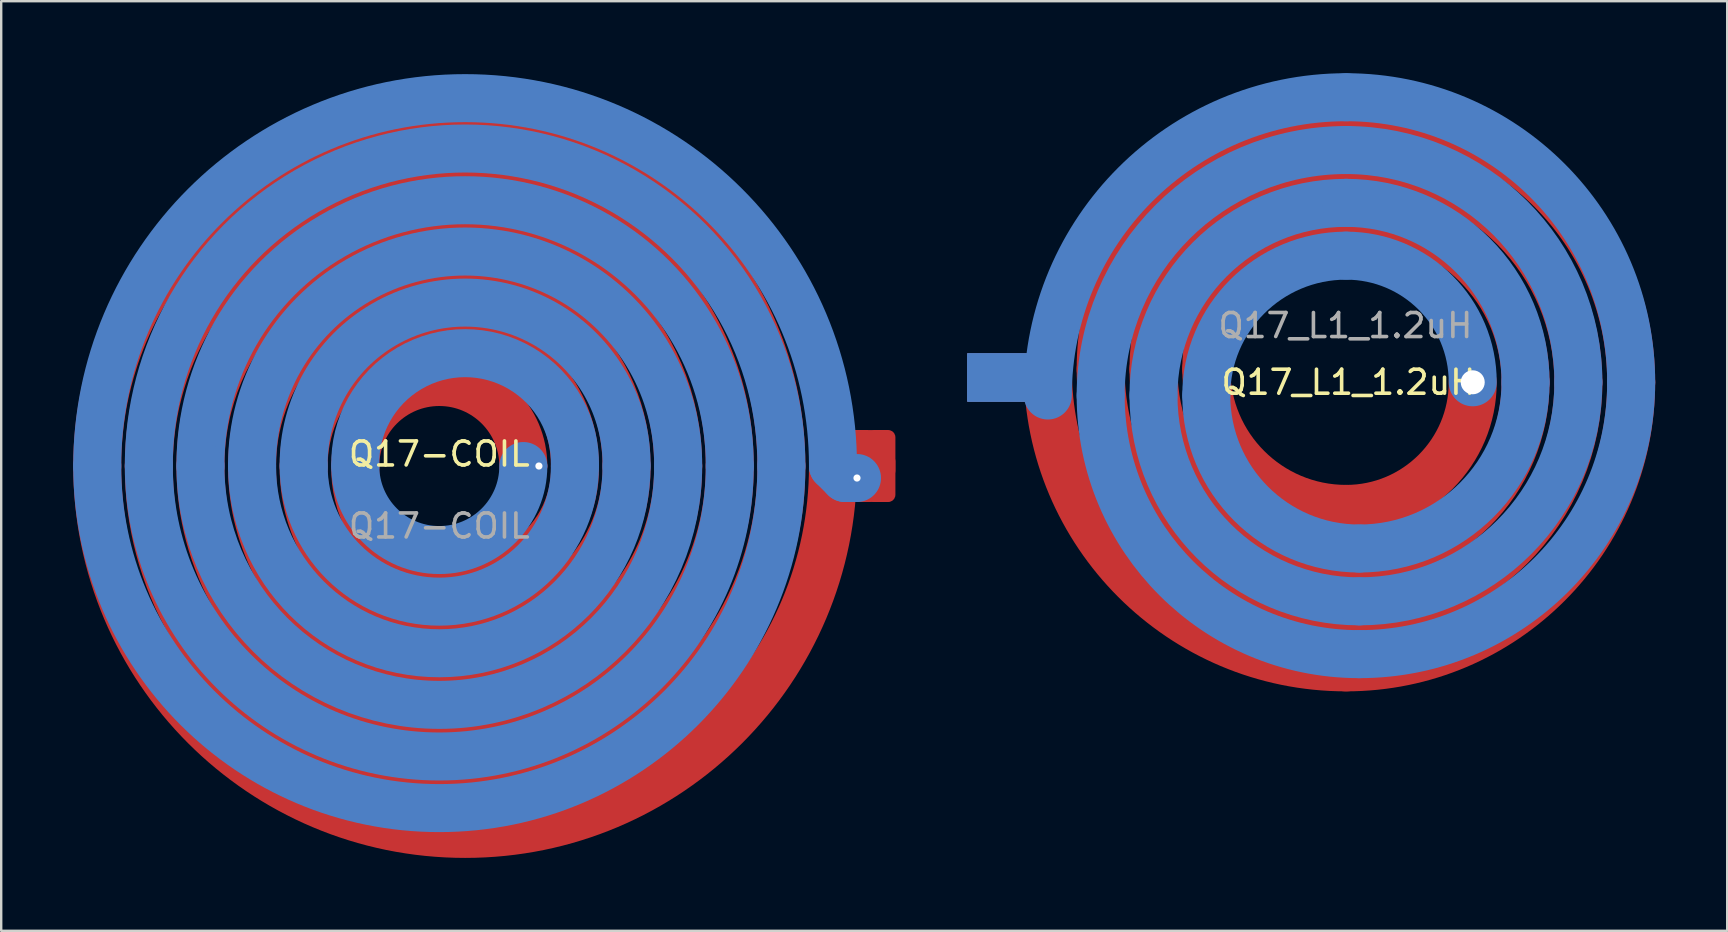
<source format=kicad_pcb>
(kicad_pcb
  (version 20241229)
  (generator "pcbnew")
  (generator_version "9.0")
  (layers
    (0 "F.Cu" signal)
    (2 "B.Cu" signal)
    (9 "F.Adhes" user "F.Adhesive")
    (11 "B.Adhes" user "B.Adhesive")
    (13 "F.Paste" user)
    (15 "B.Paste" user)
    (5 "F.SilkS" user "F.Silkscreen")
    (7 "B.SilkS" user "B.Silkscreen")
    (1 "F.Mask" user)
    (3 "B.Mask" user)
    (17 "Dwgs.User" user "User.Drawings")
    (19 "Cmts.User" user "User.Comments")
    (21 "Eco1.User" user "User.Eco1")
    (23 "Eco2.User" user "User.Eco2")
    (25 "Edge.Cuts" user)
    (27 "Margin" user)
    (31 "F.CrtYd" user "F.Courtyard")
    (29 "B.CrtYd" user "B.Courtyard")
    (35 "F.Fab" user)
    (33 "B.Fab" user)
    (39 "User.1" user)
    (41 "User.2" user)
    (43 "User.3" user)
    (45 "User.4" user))
  (footprint "Q17-COIL"
    (layer "F.Cu")
    (at 15.25 16.363)
    (property "Reference" "Q17-COIL" (at 0 -0.5 0) (unlocked yes) (layer "F.SilkS") (effects (font (size 1 1) (thickness 0.15))))
    (attr smd)
    (fp_line (start 16.4 0) (end 16.9 -0.5) (stroke (width 2) (type solid)) (layer "F.Cu"))
    (fp_line (start 16.9 -0.5) (end 17.9 -0.5) (stroke (width 2) (type solid)) (layer "F.Cu"))
    (fp_line (start 17.4 0.5) (end 17.9 0.5) (stroke (width 2) (type solid)) (layer "F.Cu"))
    (fp_arc (start -14.25 0) (mid 0 -14.25) (end 14.25 0) (stroke (width 2) (type solid)) (layer "F.Cu"))
    (fp_arc (start -12.1 0) (mid 0 -12.1) (end 12.1 0) (stroke (width 2) (type solid)) (layer "F.Cu"))
    (fp_arc (start -9.95 0) (mid 0 -9.95) (end 9.95 0) (stroke (width 2) (type solid)) (layer "F.Cu"))
    (fp_arc (start -7.8 0) (mid 0 -7.8) (end 7.8 0) (stroke (width 2) (type solid)) (layer "F.Cu"))
    (fp_arc (start -5.65 0) (mid 0 -5.65) (end 5.65 0) (stroke (width 2) (type solid)) (layer "F.Cu"))
    (fp_arc (start -3.5 0) (mid 0 -3.5) (end 3.5 0) (stroke (width 2) (type solid)) (layer "F.Cu"))
    (fp_arc (start 5.65 0) (mid 0 4.575) (end -3.5 0) (stroke (width 2) (type solid)) (layer "F.Cu"))
    (fp_arc (start 7.8 0) (mid 0 6.725) (end -5.65 0) (stroke (width 2) (type solid)) (layer "F.Cu"))
    (fp_arc (start 9.95 0) (mid 0 8.875) (end -7.8 0) (stroke (width 2) (type solid)) (layer "F.Cu"))
    (fp_arc (start 12.1 0) (mid 0 11.025) (end -9.95 0) (stroke (width 2) (type solid)) (layer "F.Cu"))
    (fp_arc (start 14.25 0) (mid 0 13.175) (end -12.1 0) (stroke (width 2) (type solid)) (layer "F.Cu"))
    (fp_arc (start 16.4 0) (mid 0 15.325) (end -14.25 0) (stroke (width 2) (type solid)) (layer "F.Cu"))
    (fp_line (start 16.4 0) (end 16.9 0.5) (stroke (width 2) (type solid)) (layer "B.Cu"))
    (fp_line (start 16.9 0.5) (end 17.4 0.5) (stroke (width 2) (type solid)) (layer "B.Cu"))
    (fp_arc (start -14.25 0) (mid 0 -15.325) (end 16.4 0) (stroke (width 2) (type solid)) (layer "B.Cu"))
    (fp_arc (start -12.1 0) (mid 0 -13.175) (end 14.25 0) (stroke (width 2) (type solid)) (layer "B.Cu"))
    (fp_arc (start -9.95 0) (mid 0 -11.025) (end 12.1 0) (stroke (width 2) (type solid)) (layer "B.Cu"))
    (fp_arc (start -7.8 0) (mid 0 -8.875) (end 9.95 0) (stroke (width 2) (type solid)) (layer "B.Cu"))
    (fp_arc (start -5.65 0) (mid 0 -6.725) (end 7.8 0) (stroke (width 2) (type solid)) (layer "B.Cu"))
    (fp_arc (start -3.5 0) (mid 0 -4.575) (end 5.65 0) (stroke (width 2) (type solid)) (layer "B.Cu"))
    (fp_arc (start 3.5 0) (mid 0 3.5) (end -3.5 0) (stroke (width 2) (type solid)) (layer "B.Cu"))
    (fp_arc (start 5.65 0) (mid 0 5.65) (end -5.65 0) (stroke (width 2) (type solid)) (layer "B.Cu"))
    (fp_arc (start 7.8 0) (mid 0 7.8) (end -7.8 0) (stroke (width 2) (type solid)) (layer "B.Cu"))
    (fp_arc (start 9.95 0) (mid 0 9.95) (end -9.95 0) (stroke (width 2) (type solid)) (layer "B.Cu"))
    (fp_arc (start 12.1 0) (mid 0 12.1) (end -12.1 0) (stroke (width 2) (type solid)) (layer "B.Cu"))
    (fp_arc (start 14.25 0) (mid 0 14.25) (end -14.25 0) (stroke (width 2) (type solid)) (layer "B.Cu"))
    (fp_text user "${REFERENCE}" (at 0 2.5 0) (unlocked yes) (layer "F.Fab") (effects (font (size 1 1) (thickness 0.15))))
    (pad "" thru_hole circle (at 4.15 0) (size 0.7 0.7) (drill 0.3) (layers "*.Cu" "*.Mask"))
    (pad "" thru_hole circle (at 17.4 0.5) (size 0.7 0.7) (drill 0.3) (layers "*.Cu" "*.Mask"))
    (pad "1" smd roundrect (at 18.4 -0.5) (size 1.2 2) (layers "F.Cu") (roundrect_rratio 0.25))
    (pad "2" smd roundrect (at 18.4 0.5) (size 1.2 2) (layers "F.Cu") (roundrect_rratio 0.25)))
  (footprint "Q17_L1_1.2uH"
    (layer "F.Cu")
    (at 51.575 12.875)
    (property "Reference" "Q17_L1_1.2uH" (at 1.549 0 0) (unlocked yes) (layer "F.SilkS") (effects (font (size 1 1) (thickness 0.15))))
    (attr through_hole)
    (fp_arc (start -8.775 -0.55) (mid -5.619076 -8.169076) (end 2 -11.325) (stroke (width 2) (type solid)) (layer "F.Cu"))
    (fp_arc (start -6.575 -0.55) (mid -4.063441 -6.613441) (end 2 -9.125) (stroke (width 2) (type solid)) (layer "F.Cu"))
    (fp_arc (start -4.375 -0.55) (mid -2.507806 -5.057806) (end 2 -6.925) (stroke (width 2) (type solid)) (layer "F.Cu"))
    (fp_arc (start 1.45 5.275) (mid -2.668897 3.568897) (end -4.375 -0.55) (stroke (width 2) (type solid)) (layer "F.Cu"))
    (fp_arc (start 1.45 7.475) (mid -4.224532 5.124532) (end -6.575 -0.55) (stroke (width 2) (type solid)) (layer "F.Cu"))
    (fp_arc (start 1.45 9.675) (mid -5.780167 6.680167) (end -8.775 -0.55) (stroke (width 2) (type solid)) (layer "F.Cu"))
    (fp_arc (start 1.45 11.875) (mid -7.335802 8.235802) (end -10.975 -0.55) (stroke (width 2) (type solid)) (layer "F.Cu"))
    (fp_arc (start 2 -11.325) (mid 10.007984 -8.007984) (end 13.325 0) (stroke (width 2) (type solid)) (layer "F.Cu"))
    (fp_arc (start 2 -9.125) (mid 8.452349 -6.452349) (end 11.125 0) (stroke (width 2) (type solid)) (layer "F.Cu"))
    (fp_arc (start 2 -6.925) (mid 6.896714 -4.896714) (end 8.925 0) (stroke (width 2) (type solid)) (layer "F.Cu"))
    (fp_arc (start 6.725 0) (mid 5.179988 3.729988) (end 1.45 5.275) (stroke (width 2) (type solid)) (layer "F.Cu"))
    (fp_arc (start 8.925 0) (mid 6.735623 5.285623) (end 1.45 7.475) (stroke (width 2) (type solid)) (layer "F.Cu"))
    (fp_arc (start 11.125 0) (mid 8.291258 6.841258) (end 1.45 9.675) (stroke (width 2) (type solid)) (layer "F.Cu"))
    (fp_arc (start 13.325 0) (mid 9.846893 8.396893) (end 1.45 11.875) (stroke (width 2) (type solid)) (layer "F.Cu"))
    (fp_arc (start -8.775 -0.55) (mid -5.619076 -8.169075) (end 1.999999 -11.324999) (stroke (width 1.5) (type solid)) (layer "F.Mask"))
    (fp_arc (start -6.575 -0.55) (mid -4.063441 -6.61344) (end 1.999999 -9.124999) (stroke (width 1.5) (type solid)) (layer "F.Mask"))
    (fp_arc (start -4.375 -0.55) (mid -2.507806 -5.057804) (end 1.999998 -6.924998) (stroke (width 1.5) (type solid)) (layer "F.Mask"))
    (fp_arc (start 1.45 5.275) (mid -2.668896 3.568897) (end -4.374999 -0.549999) (stroke (width 1.5) (type solid)) (layer "F.Mask"))
    (fp_arc (start 1.45 7.475) (mid -4.224531 5.124532) (end -6.574999 -0.549999) (stroke (width 1.5) (type solid)) (layer "F.Mask"))
    (fp_arc (start 1.45 9.675) (mid -5.780165 6.680168) (end -8.774997 -0.549997) (stroke (width 1.5) (type solid)) (layer "F.Mask"))
    (fp_arc (start 1.45 11.875) (mid -7.3358 8.235802) (end -10.974998 -0.549998) (stroke (width 1.5) (type solid)) (layer "F.Mask"))
    (fp_arc (start 2 -11.325) (mid 10.007984 -8.007984) (end 13.325 0) (stroke (width 1.5) (type solid)) (layer "F.Mask"))
    (fp_arc (start 2 -9.125) (mid 8.452349 -6.45235) (end 11.124999 -0.000001) (stroke (width 1.5) (type solid)) (layer "F.Mask"))
    (fp_arc (start 2 -6.925) (mid 6.896714 -4.896715) (end 8.924999 -0.000001) (stroke (width 1.5) (type solid)) (layer "F.Mask"))
    (fp_arc (start 6.725 0) (mid 5.179988 3.729988) (end 1.45 5.275) (stroke (width 1.5) (type solid)) (layer "F.Mask"))
    (fp_arc (start 8.925 0) (mid 6.735624 5.285622) (end 1.450002 7.474998) (stroke (width 1.5) (type solid)) (layer "F.Mask"))
    (fp_arc (start 11.125 0) (mid 8.291259 6.841257) (end 1.450002 9.674998) (stroke (width 1.5) (type solid)) (layer "F.Mask"))
    (fp_arc (start 13.325 0) (mid 9.846893 8.396892) (end 1.450001 11.874999) (stroke (width 1.5) (type solid)) (layer "F.Mask"))
    (fp_arc (start -10.975 0.55) (mid -7.335802 -8.235802) (end 1.45 -11.875) (stroke (width 2) (type solid)) (layer "B.Cu"))
    (fp_arc (start -8.775 0.55) (mid -5.780167 -6.680167) (end 1.45 -9.675) (stroke (width 2) (type solid)) (layer "B.Cu"))
    (fp_arc (start -6.575 0.55) (mid -4.224532 -5.124532) (end 1.45 -7.475) (stroke (width 2) (type solid)) (layer "B.Cu"))
    (fp_arc (start -4.375 0.55) (mid -2.668897 -3.568897) (end 1.45 -5.275) (stroke (width 2) (type solid)) (layer "B.Cu"))
    (fp_arc (start 1.45 -11.875) (mid 9.846893 -8.396893) (end 13.325 0) (stroke (width 2) (type solid)) (layer "B.Cu"))
    (fp_arc (start 1.45 -9.675) (mid 8.291258 -6.841258) (end 11.125 0) (stroke (width 2) (type solid)) (layer "B.Cu"))
    (fp_arc (start 1.45 -7.475) (mid 6.735623 -5.285623) (end 8.925 0) (stroke (width 2) (type solid)) (layer "B.Cu"))
    (fp_arc (start 1.45 -5.275) (mid 5.179988 -3.729988) (end 6.725 0) (stroke (width 2) (type solid)) (layer "B.Cu"))
    (fp_arc (start 2 6.925) (mid -2.507806 5.057806) (end -4.375 0.55) (stroke (width 2) (type solid)) (layer "B.Cu"))
    (fp_arc (start 2 9.125) (mid -4.063441 6.613441) (end -6.575 0.55) (stroke (width 2) (type solid)) (layer "B.Cu"))
    (fp_arc (start 2 11.325) (mid -5.619076 8.169076) (end -8.775 0.55) (stroke (width 2) (type solid)) (layer "B.Cu"))
    (fp_arc (start 8.925 0) (mid 6.896714 4.896714) (end 2 6.925) (stroke (width 2) (type solid)) (layer "B.Cu"))
    (fp_arc (start 11.125 0) (mid 8.452349 6.452349) (end 2 9.125) (stroke (width 2) (type solid)) (layer "B.Cu"))
    (fp_arc (start 13.325 0) (mid 10.007984 8.007984) (end 2 11.325) (stroke (width 2) (type solid)) (layer "B.Cu"))
    (fp_arc (start -10.975002 0.549998) (mid -7.335802 -8.235803) (end 1.45 -11.875) (stroke (width 1.5) (type solid)) (layer "B.Mask"))
    (fp_arc (start -8.775003 0.549997) (mid -5.780168 -6.680169) (end 1.45 -9.675) (stroke (width 1.5) (type solid)) (layer "B.Mask"))
    (fp_arc (start -6.575001 0.549999) (mid -4.224532 -5.124533) (end 1.45 -7.475) (stroke (width 1.5) (type solid)) (layer "B.Mask"))
    (fp_arc (start -4.375001 0.549999) (mid -2.668897 -3.568898) (end 1.45 -5.275) (stroke (width 1.5) (type solid)) (layer "B.Mask"))
    (fp_arc (start 1.45 -5.275) (mid 5.179988 -3.729988) (end 6.725 0) (stroke (width 1.5) (type solid)) (layer "B.Mask"))
    (fp_arc (start 1.450001 -11.875001) (mid 9.846894 -8.396893) (end 13.325 0) (stroke (width 1.5) (type solid)) (layer "B.Mask"))
    (fp_arc (start 1.450002 -9.675002) (mid 8.29126 -6.841259) (end 11.125 0) (stroke (width 1.5) (type solid)) (layer "B.Mask"))
    (fp_arc (start 1.450002 -7.475002) (mid 6.735625 -5.285624) (end 8.925 0) (stroke (width 1.5) (type solid)) (layer "B.Mask"))
    (fp_arc (start 1.999998 6.925002) (mid -2.507807 5.057806) (end -4.375 0.55) (stroke (width 1.5) (type solid)) (layer "B.Mask"))
    (fp_arc (start 1.999999 9.125001) (mid -4.063441 6.613441) (end -6.575 0.55) (stroke (width 1.5) (type solid)) (layer "B.Mask"))
    (fp_arc (start 1.999999 11.325001) (mid -5.619076 8.169076) (end -8.775 0.55) (stroke (width 1.5) (type solid)) (layer "B.Mask"))
    (fp_arc (start 8.925001 0.000001) (mid 6.896715 4.896715) (end 2 6.925) (stroke (width 1.5) (type solid)) (layer "B.Mask"))
    (fp_arc (start 11.125001 0.000001) (mid 8.45235 6.45235) (end 2 9.125) (stroke (width 1.5) (type solid)) (layer "B.Mask"))
    (fp_arc (start 13.325 0) (mid 10.007984 8.007984) (end 2 11.325) (stroke (width 1.5) (type solid)) (layer "B.Mask"))
    (fp_text user "${REFERENCE}" (at 1.422 -2.362 0) (unlocked yes) (layer "F.Fab") (effects (font (size 1 1) (thickness 0.15))))
    (pad "1" smd rect (at -12.825 -0.2) (size 3 2) (layers "*.Mask" "F.Cu" "F.Paste"))
    (pad "1" smd rect (at -12.825 -0.2) (size 3 2) (layers "*.Mask" "F.Cu" "F.Paste"))
    (pad "1" smd rect (at -12.825 -0.2) (size 3 2) (layers "*.Mask" "F.Cu" "F.Paste"))
    (pad "1" smd rect (at -12.825 -0.2) (size 3 2) (layers "*.Mask" "F.Cu" "F.Paste"))
    (pad "2" smd rect (at -12.825 -0.2) (size 3 2) (layers "B.Cu" "B.Mask" "B.Paste"))
    (pad "2" smd rect (at -12.825 -0.2) (size 3 2) (layers "B.Cu" "B.Mask" "B.Paste"))
    (pad "2" smd rect (at -12.825 -0.2) (size 3 2) (layers "B.Cu" "B.Mask" "B.Paste"))
    (pad "2" smd rect (at -12.825 -0.2) (size 3 2) (layers "B.Cu" "B.Mask" "B.Paste"))
    (pad "lc" thru_hole circle (at 6.725 0) (size 1.6 1.6) (drill 1) (layers "*.Cu" "*.Mask")))
  (gr_rect
    (start -3 -3)
    (end 68.9 35.725)
    (stroke (width 0.1) (type default))
    (fill no)
    (layer "Edge.Cuts")))
</source>
